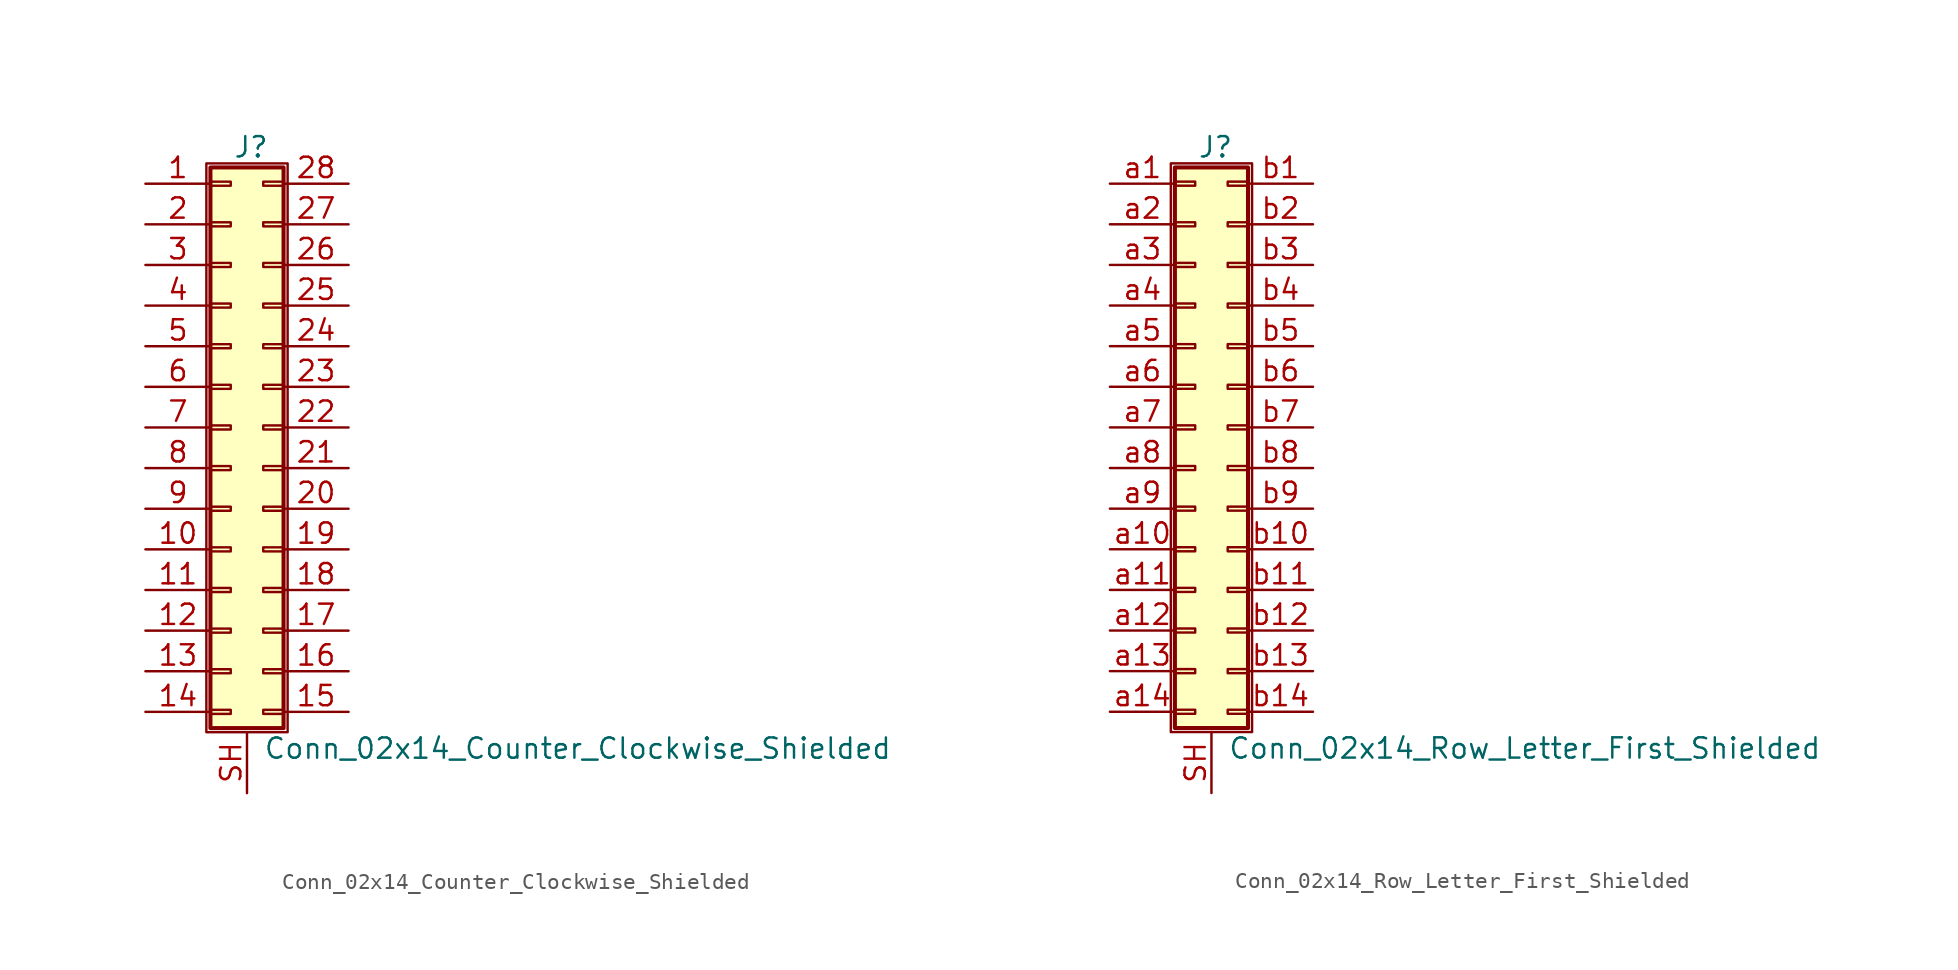
<source format=kicad_sym>
(kicad_symbol_lib
  (version 20211014)
  (generator kicad_symbol_editor)
  (symbol "Conn_02x14_Counter_Clockwise_Shielded"
    (pin_names
      (offset 1.016) hide)
    (property "Reference" "J"
      (at 1.524 17.526 0)
      (effects (font (size 1.27 1.27))))
    (property "Value" "Conn_02x14_Counter_Clockwise_Shielded"
      (at 2.286 -20.066 0)
      (effects (font (size 1.27 1.27)) (justify left)))
    (symbol "Conn_02x14_Counter_Clockwise_Shielded_1_1"
      (rectangle (start -1.27 16.51) (end 3.81 -19.05) (stroke (width 0.152) (type default) (color 0 0 0 0)) (fill (type none)))
      (rectangle (start -1.016 -17.653) (end 0.254 -17.907) (stroke (width 0.152) (type default) (color 0 0 0 0)) (fill (type none)))
      (rectangle (start -1.016 -15.113) (end 0.254 -15.367) (stroke (width 0.152) (type default) (color 0 0 0 0)) (fill (type none)))
      (rectangle (start -1.016 -12.573) (end 0.254 -12.827) (stroke (width 0.152) (type default) (color 0 0 0 0)) (fill (type none)))
      (rectangle (start -1.016 -10.033) (end 0.254 -10.287) (stroke (width 0.152) (type default) (color 0 0 0 0)) (fill (type none)))
      (rectangle (start -1.016 -7.493) (end 0.254 -7.747) (stroke (width 0.152) (type default) (color 0 0 0 0)) (fill (type none)))
      (rectangle (start -1.016 -4.953) (end 0.254 -5.207) (stroke (width 0.152) (type default) (color 0 0 0 0)) (fill (type none)))
      (rectangle (start -1.016 -2.413) (end 0.254 -2.667) (stroke (width 0.152) (type default) (color 0 0 0 0)) (fill (type none)))
      (rectangle (start -1.016 0.127) (end 0.254 -0.127) (stroke (width 0.152) (type default) (color 0 0 0 0)) (fill (type none)))
      (rectangle (start -1.016 2.667) (end 0.254 2.413) (stroke (width 0.152) (type default) (color 0 0 0 0)) (fill (type none)))
      (rectangle (start -1.016 5.207) (end 0.254 4.953) (stroke (width 0.152) (type default) (color 0 0 0 0)) (fill (type none)))
      (rectangle (start -1.016 7.747) (end 0.254 7.493) (stroke (width 0.152) (type default) (color 0 0 0 0)) (fill (type none)))
      (rectangle (start -1.016 10.287) (end 0.254 10.033) (stroke (width 0.152) (type default) (color 0 0 0 0)) (fill (type none)))
      (rectangle (start -1.016 12.827) (end 0.254 12.573) (stroke (width 0.152) (type default) (color 0 0 0 0)) (fill (type none)))
      (rectangle (start -1.016 15.367) (end 0.254 15.113) (stroke (width 0.152) (type default) (color 0 0 0 0)) (fill (type none)))
      (rectangle (start -1.016 16.256) (end 3.556 -18.796) (stroke (width 0.254) (type default) (color 0 0 0 0)) (fill (type background)))
      (rectangle (start 3.556 -17.653) (end 2.286 -17.907) (stroke (width 0.152) (type default) (color 0 0 0 0)) (fill (type none)))
      (rectangle (start 3.556 -15.113) (end 2.286 -15.367) (stroke (width 0.152) (type default) (color 0 0 0 0)) (fill (type none)))
      (rectangle (start 3.556 -12.573) (end 2.286 -12.827) (stroke (width 0.152) (type default) (color 0 0 0 0)) (fill (type none)))
      (rectangle (start 3.556 -10.033) (end 2.286 -10.287) (stroke (width 0.152) (type default) (color 0 0 0 0)) (fill (type none)))
      (rectangle (start 3.556 -7.493) (end 2.286 -7.747) (stroke (width 0.152) (type default) (color 0 0 0 0)) (fill (type none)))
      (rectangle (start 3.556 -4.953) (end 2.286 -5.207) (stroke (width 0.152) (type default) (color 0 0 0 0)) (fill (type none)))
      (rectangle (start 3.556 -2.413) (end 2.286 -2.667) (stroke (width 0.152) (type default) (color 0 0 0 0)) (fill (type none)))
      (rectangle (start 3.556 0.127) (end 2.286 -0.127) (stroke (width 0.152) (type default) (color 0 0 0 0)) (fill (type none)))
      (rectangle (start 3.556 2.667) (end 2.286 2.413) (stroke (width 0.152) (type default) (color 0 0 0 0)) (fill (type none)))
      (rectangle (start 3.556 5.207) (end 2.286 4.953) (stroke (width 0.152) (type default) (color 0 0 0 0)) (fill (type none)))
      (rectangle (start 3.556 7.747) (end 2.286 7.493) (stroke (width 0.152) (type default) (color 0 0 0 0)) (fill (type none)))
      (rectangle (start 3.556 10.287) (end 2.286 10.033) (stroke (width 0.152) (type default) (color 0 0 0 0)) (fill (type none)))
      (rectangle (start 3.556 12.827) (end 2.286 12.573) (stroke (width 0.152) (type default) (color 0 0 0 0)) (fill (type none)))
      (rectangle (start 3.556 15.367) (end 2.286 15.113) (stroke (width 0.152) (type default) (color 0 0 0 0)) (fill (type none)))
      (pin passive line (at -5.08 15.24 0) (length 4.064) (name "Pin_1" (effects (font (size 1.27 1.27)))) (number "1" (effects (font (size 1.27 1.27)))))
      (pin passive line (at -5.08 -7.62 0) (length 4.064) (name "Pin_10" (effects (font (size 1.27 1.27)))) (number "10" (effects (font (size 1.27 1.27)))))
      (pin passive line (at -5.08 -10.16 0) (length 4.064) (name "Pin_11" (effects (font (size 1.27 1.27)))) (number "11" (effects (font (size 1.27 1.27)))))
      (pin passive line (at -5.08 -12.7 0) (length 4.064) (name "Pin_12" (effects (font (size 1.27 1.27)))) (number "12" (effects (font (size 1.27 1.27)))))
      (pin passive line (at -5.08 -15.24 0) (length 4.064) (name "Pin_13" (effects (font (size 1.27 1.27)))) (number "13" (effects (font (size 1.27 1.27)))))
      (pin passive line (at -5.08 -17.78 0) (length 4.064) (name "Pin_14" (effects (font (size 1.27 1.27)))) (number "14" (effects (font (size 1.27 1.27)))))
      (pin passive line (at 7.62 -17.78 180) (length 4.064) (name "Pin_15" (effects (font (size 1.27 1.27)))) (number "15" (effects (font (size 1.27 1.27)))))
      (pin passive line (at 7.62 -15.24 180) (length 4.064) (name "Pin_16" (effects (font (size 1.27 1.27)))) (number "16" (effects (font (size 1.27 1.27)))))
      (pin passive line (at 7.62 -12.7 180) (length 4.064) (name "Pin_17" (effects (font (size 1.27 1.27)))) (number "17" (effects (font (size 1.27 1.27)))))
      (pin passive line (at 7.62 -10.16 180) (length 4.064) (name "Pin_18" (effects (font (size 1.27 1.27)))) (number "18" (effects (font (size 1.27 1.27)))))
      (pin passive line (at 7.62 -7.62 180) (length 4.064) (name "Pin_19" (effects (font (size 1.27 1.27)))) (number "19" (effects (font (size 1.27 1.27)))))
      (pin passive line (at -5.08 12.7 0) (length 4.064) (name "Pin_2" (effects (font (size 1.27 1.27)))) (number "2" (effects (font (size 1.27 1.27)))))
      (pin passive line (at 7.62 -5.08 180) (length 4.064) (name "Pin_20" (effects (font (size 1.27 1.27)))) (number "20" (effects (font (size 1.27 1.27)))))
      (pin passive line (at 7.62 -2.54 180) (length 4.064) (name "Pin_21" (effects (font (size 1.27 1.27)))) (number "21" (effects (font (size 1.27 1.27)))))
      (pin passive line (at 7.62 0 180) (length 4.064) (name "Pin_22" (effects (font (size 1.27 1.27)))) (number "22" (effects (font (size 1.27 1.27)))))
      (pin passive line (at 7.62 2.54 180) (length 4.064) (name "Pin_23" (effects (font (size 1.27 1.27)))) (number "23" (effects (font (size 1.27 1.27)))))
      (pin passive line (at 7.62 5.08 180) (length 4.064) (name "Pin_24" (effects (font (size 1.27 1.27)))) (number "24" (effects (font (size 1.27 1.27)))))
      (pin passive line (at 7.62 7.62 180) (length 4.064) (name "Pin_25" (effects (font (size 1.27 1.27)))) (number "25" (effects (font (size 1.27 1.27)))))
      (pin passive line (at 7.62 10.16 180) (length 4.064) (name "Pin_26" (effects (font (size 1.27 1.27)))) (number "26" (effects (font (size 1.27 1.27)))))
      (pin passive line (at 7.62 12.7 180) (length 4.064) (name "Pin_27" (effects (font (size 1.27 1.27)))) (number "27" (effects (font (size 1.27 1.27)))))
      (pin passive line (at 7.62 15.24 180) (length 4.064) (name "Pin_28" (effects (font (size 1.27 1.27)))) (number "28" (effects (font (size 1.27 1.27)))))
      (pin passive line (at -5.08 10.16 0) (length 4.064) (name "Pin_3" (effects (font (size 1.27 1.27)))) (number "3" (effects (font (size 1.27 1.27)))))
      (pin passive line (at -5.08 7.62 0) (length 4.064) (name "Pin_4" (effects (font (size 1.27 1.27)))) (number "4" (effects (font (size 1.27 1.27)))))
      (pin passive line (at -5.08 5.08 0) (length 4.064) (name "Pin_5" (effects (font (size 1.27 1.27)))) (number "5" (effects (font (size 1.27 1.27)))))
      (pin passive line (at -5.08 2.54 0) (length 4.064) (name "Pin_6" (effects (font (size 1.27 1.27)))) (number "6" (effects (font (size 1.27 1.27)))))
      (pin passive line (at -5.08 0 0) (length 4.064) (name "Pin_7" (effects (font (size 1.27 1.27)))) (number "7" (effects (font (size 1.27 1.27)))))
      (pin passive line (at -5.08 -2.54 0) (length 4.064) (name "Pin_8" (effects (font (size 1.27 1.27)))) (number "8" (effects (font (size 1.27 1.27)))))
      (pin passive line (at -5.08 -5.08 0) (length 4.064) (name "Pin_9" (effects (font (size 1.27 1.27)))) (number "9" (effects (font (size 1.27 1.27)))))
      (pin passive line (at 1.27 -22.86 90) (length 3.81) (name "Shield" (effects (font (size 1.27 1.27)))) (number "SH" (effects (font (size 1.27 1.27)))))))
  (symbol "Conn_02x14_Row_Letter_First_Shielded"
    (pin_names
      (offset 1.016) hide)
    (property "Reference" "J"
      (at 1.524 17.526 0)
      (effects (font (size 1.27 1.27))))
    (property "Value" "Conn_02x14_Row_Letter_First_Shielded"
      (at 2.286 -20.066 0)
      (effects (font (size 1.27 1.27)) (justify left)))
    (symbol "Conn_02x14_Row_Letter_First_Shielded_1_1"
      (rectangle (start -1.27 16.51) (end 3.81 -19.05) (stroke (width 0.152) (type default) (color 0 0 0 0)) (fill (type none)))
      (rectangle (start -1.016 -17.653) (end 0.254 -17.907) (stroke (width 0.152) (type default) (color 0 0 0 0)) (fill (type none)))
      (rectangle (start -1.016 -15.113) (end 0.254 -15.367) (stroke (width 0.152) (type default) (color 0 0 0 0)) (fill (type none)))
      (rectangle (start -1.016 -12.573) (end 0.254 -12.827) (stroke (width 0.152) (type default) (color 0 0 0 0)) (fill (type none)))
      (rectangle (start -1.016 -10.033) (end 0.254 -10.287) (stroke (width 0.152) (type default) (color 0 0 0 0)) (fill (type none)))
      (rectangle (start -1.016 -7.493) (end 0.254 -7.747) (stroke (width 0.152) (type default) (color 0 0 0 0)) (fill (type none)))
      (rectangle (start -1.016 -4.953) (end 0.254 -5.207) (stroke (width 0.152) (type default) (color 0 0 0 0)) (fill (type none)))
      (rectangle (start -1.016 -2.413) (end 0.254 -2.667) (stroke (width 0.152) (type default) (color 0 0 0 0)) (fill (type none)))
      (rectangle (start -1.016 0.127) (end 0.254 -0.127) (stroke (width 0.152) (type default) (color 0 0 0 0)) (fill (type none)))
      (rectangle (start -1.016 2.667) (end 0.254 2.413) (stroke (width 0.152) (type default) (color 0 0 0 0)) (fill (type none)))
      (rectangle (start -1.016 5.207) (end 0.254 4.953) (stroke (width 0.152) (type default) (color 0 0 0 0)) (fill (type none)))
      (rectangle (start -1.016 7.747) (end 0.254 7.493) (stroke (width 0.152) (type default) (color 0 0 0 0)) (fill (type none)))
      (rectangle (start -1.016 10.287) (end 0.254 10.033) (stroke (width 0.152) (type default) (color 0 0 0 0)) (fill (type none)))
      (rectangle (start -1.016 12.827) (end 0.254 12.573) (stroke (width 0.152) (type default) (color 0 0 0 0)) (fill (type none)))
      (rectangle (start -1.016 15.367) (end 0.254 15.113) (stroke (width 0.152) (type default) (color 0 0 0 0)) (fill (type none)))
      (rectangle (start -1.016 16.256) (end 3.556 -18.796) (stroke (width 0.254) (type default) (color 0 0 0 0)) (fill (type background)))
      (rectangle (start 3.556 -17.653) (end 2.286 -17.907) (stroke (width 0.152) (type default) (color 0 0 0 0)) (fill (type none)))
      (rectangle (start 3.556 -15.113) (end 2.286 -15.367) (stroke (width 0.152) (type default) (color 0 0 0 0)) (fill (type none)))
      (rectangle (start 3.556 -12.573) (end 2.286 -12.827) (stroke (width 0.152) (type default) (color 0 0 0 0)) (fill (type none)))
      (rectangle (start 3.556 -10.033) (end 2.286 -10.287) (stroke (width 0.152) (type default) (color 0 0 0 0)) (fill (type none)))
      (rectangle (start 3.556 -7.493) (end 2.286 -7.747) (stroke (width 0.152) (type default) (color 0 0 0 0)) (fill (type none)))
      (rectangle (start 3.556 -4.953) (end 2.286 -5.207) (stroke (width 0.152) (type default) (color 0 0 0 0)) (fill (type none)))
      (rectangle (start 3.556 -2.413) (end 2.286 -2.667) (stroke (width 0.152) (type default) (color 0 0 0 0)) (fill (type none)))
      (rectangle (start 3.556 0.127) (end 2.286 -0.127) (stroke (width 0.152) (type default) (color 0 0 0 0)) (fill (type none)))
      (rectangle (start 3.556 2.667) (end 2.286 2.413) (stroke (width 0.152) (type default) (color 0 0 0 0)) (fill (type none)))
      (rectangle (start 3.556 5.207) (end 2.286 4.953) (stroke (width 0.152) (type default) (color 0 0 0 0)) (fill (type none)))
      (rectangle (start 3.556 7.747) (end 2.286 7.493) (stroke (width 0.152) (type default) (color 0 0 0 0)) (fill (type none)))
      (rectangle (start 3.556 10.287) (end 2.286 10.033) (stroke (width 0.152) (type default) (color 0 0 0 0)) (fill (type none)))
      (rectangle (start 3.556 12.827) (end 2.286 12.573) (stroke (width 0.152) (type default) (color 0 0 0 0)) (fill (type none)))
      (rectangle (start 3.556 15.367) (end 2.286 15.113) (stroke (width 0.152) (type default) (color 0 0 0 0)) (fill (type none)))
      (pin passive line (at 1.27 -22.86 90) (length 3.81) (name "Shield" (effects (font (size 1.27 1.27)))) (number "SH" (effects (font (size 1.27 1.27)))))
      (pin passive line (at -5.08 15.24 0) (length 4.064) (name "Pin_a1" (effects (font (size 1.27 1.27)))) (number "a1" (effects (font (size 1.27 1.27)))))
      (pin passive line (at -5.08 -7.62 0) (length 4.064) (name "Pin_a10" (effects (font (size 1.27 1.27)))) (number "a10" (effects (font (size 1.27 1.27)))))
      (pin passive line (at -5.08 -10.16 0) (length 4.064) (name "Pin_a11" (effects (font (size 1.27 1.27)))) (number "a11" (effects (font (size 1.27 1.27)))))
      (pin passive line (at -5.08 -12.7 0) (length 4.064) (name "Pin_a12" (effects (font (size 1.27 1.27)))) (number "a12" (effects (font (size 1.27 1.27)))))
      (pin passive line (at -5.08 -15.24 0) (length 4.064) (name "Pin_a13" (effects (font (size 1.27 1.27)))) (number "a13" (effects (font (size 1.27 1.27)))))
      (pin passive line (at -5.08 -17.78 0) (length 4.064) (name "Pin_a14" (effects (font (size 1.27 1.27)))) (number "a14" (effects (font (size 1.27 1.27)))))
      (pin passive line (at -5.08 12.7 0) (length 4.064) (name "Pin_a2" (effects (font (size 1.27 1.27)))) (number "a2" (effects (font (size 1.27 1.27)))))
      (pin passive line (at -5.08 10.16 0) (length 4.064) (name "Pin_a3" (effects (font (size 1.27 1.27)))) (number "a3" (effects (font (size 1.27 1.27)))))
      (pin passive line (at -5.08 7.62 0) (length 4.064) (name "Pin_a4" (effects (font (size 1.27 1.27)))) (number "a4" (effects (font (size 1.27 1.27)))))
      (pin passive line (at -5.08 5.08 0) (length 4.064) (name "Pin_a5" (effects (font (size 1.27 1.27)))) (number "a5" (effects (font (size 1.27 1.27)))))
      (pin passive line (at -5.08 2.54 0) (length 4.064) (name "Pin_a6" (effects (font (size 1.27 1.27)))) (number "a6" (effects (font (size 1.27 1.27)))))
      (pin passive line (at -5.08 0 0) (length 4.064) (name "Pin_a7" (effects (font (size 1.27 1.27)))) (number "a7" (effects (font (size 1.27 1.27)))))
      (pin passive line (at -5.08 -2.54 0) (length 4.064) (name "Pin_a8" (effects (font (size 1.27 1.27)))) (number "a8" (effects (font (size 1.27 1.27)))))
      (pin passive line (at -5.08 -5.08 0) (length 4.064) (name "Pin_a9" (effects (font (size 1.27 1.27)))) (number "a9" (effects (font (size 1.27 1.27)))))
      (pin passive line (at 7.62 15.24 180) (length 4.064) (name "Pin_b1" (effects (font (size 1.27 1.27)))) (number "b1" (effects (font (size 1.27 1.27)))))
      (pin passive line (at 7.62 -7.62 180) (length 4.064) (name "Pin_b10" (effects (font (size 1.27 1.27)))) (number "b10" (effects (font (size 1.27 1.27)))))
      (pin passive line (at 7.62 -10.16 180) (length 4.064) (name "Pin_b11" (effects (font (size 1.27 1.27)))) (number "b11" (effects (font (size 1.27 1.27)))))
      (pin passive line (at 7.62 -12.7 180) (length 4.064) (name "Pin_b12" (effects (font (size 1.27 1.27)))) (number "b12" (effects (font (size 1.27 1.27)))))
      (pin passive line (at 7.62 -15.24 180) (length 4.064) (name "Pin_b13" (effects (font (size 1.27 1.27)))) (number "b13" (effects (font (size 1.27 1.27)))))
      (pin passive line (at 7.62 -17.78 180) (length 4.064) (name "Pin_b14" (effects (font (size 1.27 1.27)))) (number "b14" (effects (font (size 1.27 1.27)))))
      (pin passive line (at 7.62 12.7 180) (length 4.064) (name "Pin_b2" (effects (font (size 1.27 1.27)))) (number "b2" (effects (font (size 1.27 1.27)))))
      (pin passive line (at 7.62 10.16 180) (length 4.064) (name "Pin_b3" (effects (font (size 1.27 1.27)))) (number "b3" (effects (font (size 1.27 1.27)))))
      (pin passive line (at 7.62 7.62 180) (length 4.064) (name "Pin_b4" (effects (font (size 1.27 1.27)))) (number "b4" (effects (font (size 1.27 1.27)))))
      (pin passive line (at 7.62 5.08 180) (length 4.064) (name "Pin_b5" (effects (font (size 1.27 1.27)))) (number "b5" (effects (font (size 1.27 1.27)))))
      (pin passive line (at 7.62 2.54 180) (length 4.064) (name "Pin_b6" (effects (font (size 1.27 1.27)))) (number "b6" (effects (font (size 1.27 1.27)))))
      (pin passive line (at 7.62 0 180) (length 4.064) (name "Pin_b7" (effects (font (size 1.27 1.27)))) (number "b7" (effects (font (size 1.27 1.27)))))
      (pin passive line (at 7.62 -2.54 180) (length 4.064) (name "Pin_b8" (effects (font (size 1.27 1.27)))) (number "b8" (effects (font (size 1.27 1.27)))))
      (pin passive line (at 7.62 -5.08 180) (length 4.064) (name "Pin_b9" (effects (font (size 1.27 1.27)))) (number "b9" (effects (font (size 1.27 1.27))))))))
</source>
